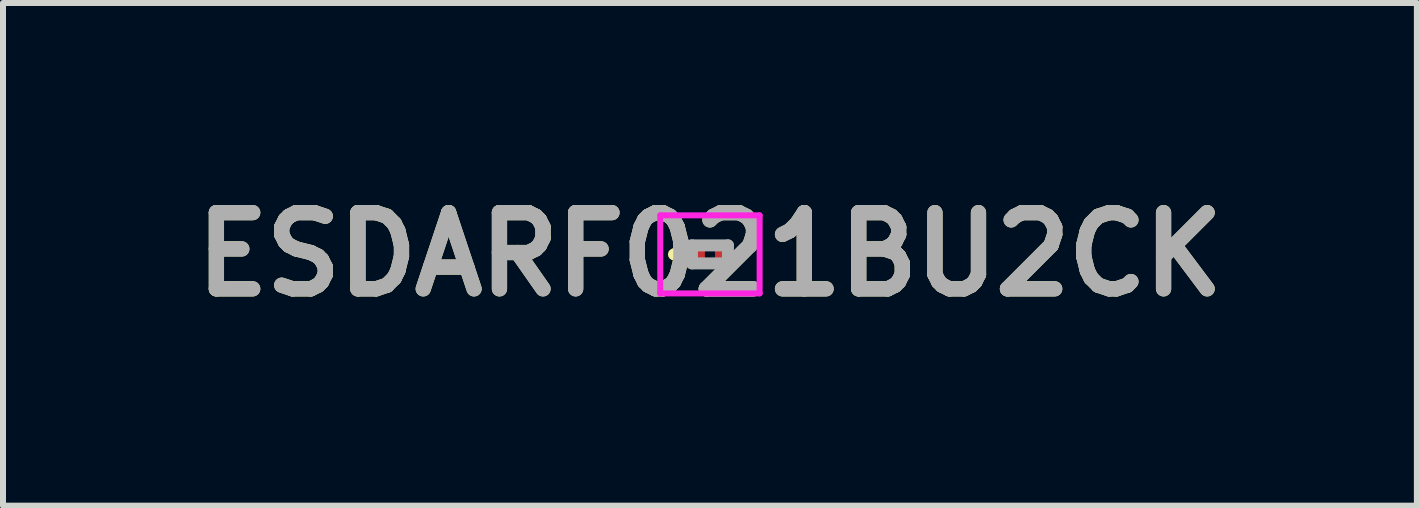
<source format=kicad_pcb>
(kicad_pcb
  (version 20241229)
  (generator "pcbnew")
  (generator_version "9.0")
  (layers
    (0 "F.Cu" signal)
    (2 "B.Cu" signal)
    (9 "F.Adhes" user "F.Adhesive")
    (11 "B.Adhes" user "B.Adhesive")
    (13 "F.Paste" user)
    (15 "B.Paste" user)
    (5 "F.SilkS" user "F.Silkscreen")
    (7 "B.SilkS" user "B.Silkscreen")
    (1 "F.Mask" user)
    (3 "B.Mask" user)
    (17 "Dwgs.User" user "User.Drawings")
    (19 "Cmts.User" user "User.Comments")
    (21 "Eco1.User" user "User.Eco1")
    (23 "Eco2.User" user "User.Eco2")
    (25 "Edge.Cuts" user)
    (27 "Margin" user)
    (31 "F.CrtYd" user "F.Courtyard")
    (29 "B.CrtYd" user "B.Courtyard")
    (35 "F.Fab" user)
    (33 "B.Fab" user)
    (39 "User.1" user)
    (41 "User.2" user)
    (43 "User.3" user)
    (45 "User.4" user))
  (footprint "ESDARF021BU2CK"
    (layer "F.Cu")
    (at 8.781 1.189)
    (property "Reference" "ESDARF021BU2CK" (at 0 0 0) (layer "F.SilkS") (effects (font (size 1.27 1.27) (thickness 0.254))))
    (attr smd)
    (fp_line (start -0.6 -0.05) (end -0.6 -0.05) (stroke (width 0.1) (type solid)) (layer "F.SilkS"))
    (fp_line (start -0.6 0.05) (end -0.6 0.05) (stroke (width 0.1) (type solid)) (layer "F.SilkS"))
    (fp_arc (start -0.6 -0.05) (mid -0.55 0) (end -0.6 0.05) (stroke (width 0.1) (type solid)) (layer "F.SilkS"))
    (fp_arc (start -0.6 0.05) (mid -0.65 0) (end -0.6 -0.05) (stroke (width 0.1) (type solid)) (layer "F.SilkS"))
    (fp_line (start -0.828 -0.65) (end 0.828 -0.65) (stroke (width 0.1) (type solid)) (layer "F.CrtYd"))
    (fp_line (start -0.828 0.65) (end -0.828 -0.65) (stroke (width 0.1) (type solid)) (layer "F.CrtYd"))
    (fp_line (start 0.828 -0.65) (end 0.828 0.65) (stroke (width 0.1) (type solid)) (layer "F.CrtYd"))
    (fp_line (start 0.828 0.65) (end -0.828 0.65) (stroke (width 0.1) (type solid)) (layer "F.CrtYd"))
    (fp_line (start -0.3 -0.15) (end 0.3 -0.15) (stroke (width 0.2) (type solid)) (layer "F.Fab"))
    (fp_line (start -0.3 0.15) (end -0.3 -0.15) (stroke (width 0.2) (type solid)) (layer "F.Fab"))
    (fp_line (start 0.3 -0.15) (end 0.3 0.15) (stroke (width 0.2) (type solid)) (layer "F.Fab"))
    (fp_line (start 0.3 0.15) (end -0.3 0.15) (stroke (width 0.2) (type solid)) (layer "F.Fab"))
    (fp_text user "${REFERENCE}" (at 0 0 0) (layer "F.Fab") (effects (font (size 1.27 1.27) (thickness 0.254))))
    (pad "1" smd rect (at -0.206 0) (size 0.244 0.3) (layers "F.Cu" "F.Mask" "F.Paste"))
    (pad "2" smd rect (at 0.206 0) (size 0.244 0.3) (layers "F.Cu" "F.Mask" "F.Paste")))
  (gr_rect
    (start -3 -3)
    (end 20.562 5.377)
    (stroke (width 0.1) (type default))
    (fill no)
    (layer "Edge.Cuts")))
</source>
